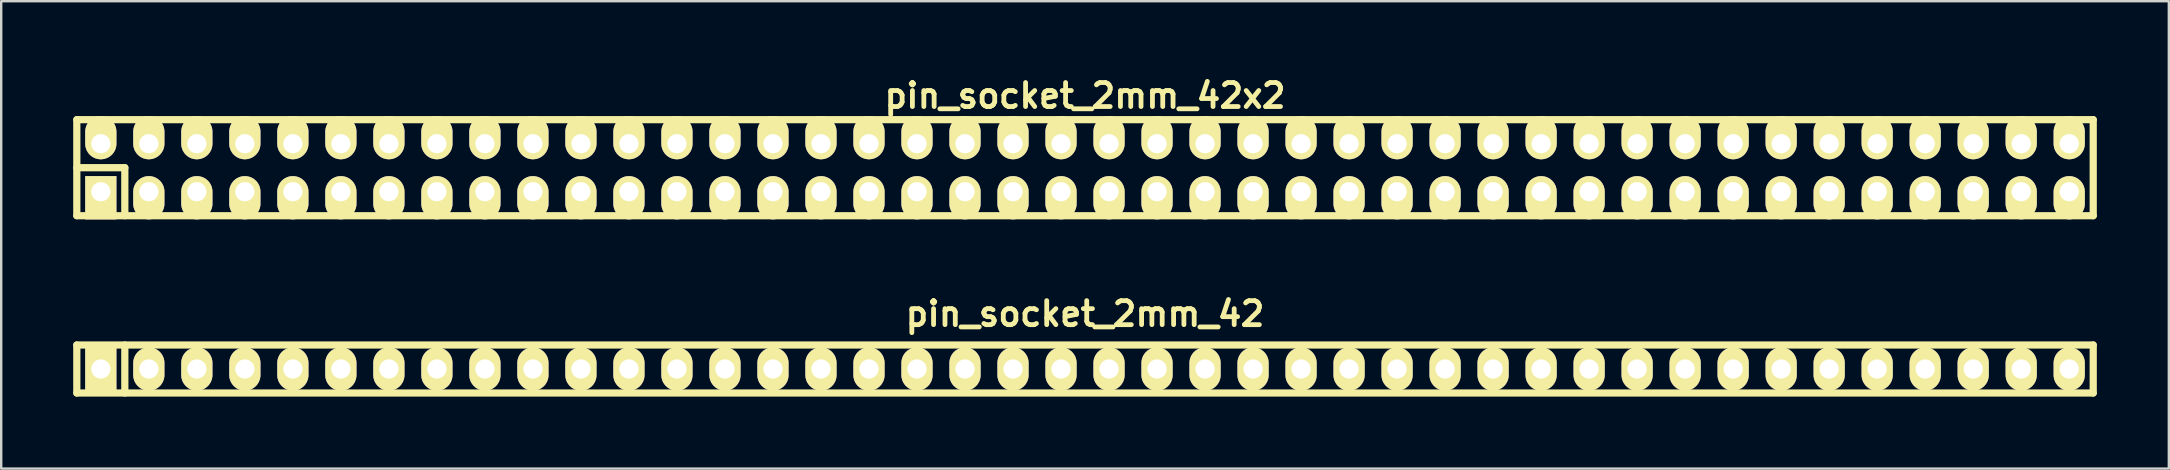
<source format=kicad_pcb>
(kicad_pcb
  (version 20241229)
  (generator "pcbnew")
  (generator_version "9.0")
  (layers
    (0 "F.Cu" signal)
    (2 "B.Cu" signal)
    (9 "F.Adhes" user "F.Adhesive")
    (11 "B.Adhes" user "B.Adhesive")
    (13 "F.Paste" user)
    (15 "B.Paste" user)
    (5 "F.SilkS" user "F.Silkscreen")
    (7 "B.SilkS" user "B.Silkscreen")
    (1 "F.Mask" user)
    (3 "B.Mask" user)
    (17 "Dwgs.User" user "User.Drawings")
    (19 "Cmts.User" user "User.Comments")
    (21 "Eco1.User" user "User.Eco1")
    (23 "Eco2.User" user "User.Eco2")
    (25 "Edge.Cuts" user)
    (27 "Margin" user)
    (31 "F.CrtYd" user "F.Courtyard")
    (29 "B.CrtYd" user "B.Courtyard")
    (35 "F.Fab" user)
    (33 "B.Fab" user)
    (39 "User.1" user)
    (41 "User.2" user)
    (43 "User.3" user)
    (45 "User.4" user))
  (footprint "pin_socket_2mm_42"
    (layer "F.Cu")
    (at 42.15 12.322)
    (property "Reference" "pin_socket_2mm_42" (at 0 -2.3 0) (layer "F.SilkS") (effects (font (size 1 1) (thickness 0.2))))
    (attr through_hole)
    (fp_line (start -42 -1) (end 42 -1) (stroke (width 0.3) (type solid)) (layer "F.SilkS"))
    (fp_line (start -42 1) (end -42 -1) (stroke (width 0.3) (type solid)) (layer "F.SilkS"))
    (fp_line (start -40 -1) (end -40 1) (stroke (width 0.3) (type solid)) (layer "F.SilkS"))
    (fp_line (start 42 -1) (end 42 1) (stroke (width 0.3) (type solid)) (layer "F.SilkS"))
    (fp_line (start 42 1) (end -42 1) (stroke (width 0.3) (type solid)) (layer "F.SilkS"))
    (pad "1" thru_hole rect (at -41 0) (size 1.3 1.8) (drill 0.8) (layers "*.Cu" "*.Mask" "F.SilkS"))
    (pad "2" thru_hole oval (at -39 0) (size 1.3 1.8) (drill 0.8) (layers "*.Cu" "*.Mask" "F.SilkS"))
    (pad "3" thru_hole oval (at -37 0) (size 1.3 1.8) (drill 0.8) (layers "*.Cu" "*.Mask" "F.SilkS"))
    (pad "4" thru_hole oval (at -35 0) (size 1.3 1.8) (drill 0.8) (layers "*.Cu" "*.Mask" "F.SilkS"))
    (pad "5" thru_hole oval (at -33 0) (size 1.3 1.8) (drill 0.8) (layers "*.Cu" "*.Mask" "F.SilkS"))
    (pad "6" thru_hole oval (at -31 0) (size 1.3 1.8) (drill 0.8) (layers "*.Cu" "*.Mask" "F.SilkS"))
    (pad "7" thru_hole oval (at -29 0) (size 1.3 1.8) (drill 0.8) (layers "*.Cu" "*.Mask" "F.SilkS"))
    (pad "8" thru_hole oval (at -27 0) (size 1.3 1.8) (drill 0.8) (layers "*.Cu" "*.Mask" "F.SilkS"))
    (pad "9" thru_hole oval (at -25 0) (size 1.3 1.8) (drill 0.8) (layers "*.Cu" "*.Mask" "F.SilkS"))
    (pad "10" thru_hole oval (at -23 0) (size 1.3 1.8) (drill 0.8) (layers "*.Cu" "*.Mask" "F.SilkS"))
    (pad "11" thru_hole oval (at -21 0) (size 1.3 1.8) (drill 0.8) (layers "*.Cu" "*.Mask" "F.SilkS"))
    (pad "12" thru_hole oval (at -19 0) (size 1.3 1.8) (drill 0.8) (layers "*.Cu" "*.Mask" "F.SilkS"))
    (pad "13" thru_hole oval (at -17 0) (size 1.3 1.8) (drill 0.8) (layers "*.Cu" "*.Mask" "F.SilkS"))
    (pad "14" thru_hole oval (at -15 0) (size 1.3 1.8) (drill 0.8) (layers "*.Cu" "*.Mask" "F.SilkS"))
    (pad "15" thru_hole oval (at -13 0) (size 1.3 1.8) (drill 0.8) (layers "*.Cu" "*.Mask" "F.SilkS"))
    (pad "16" thru_hole oval (at -11 0) (size 1.3 1.8) (drill 0.8) (layers "*.Cu" "*.Mask" "F.SilkS"))
    (pad "17" thru_hole oval (at -9 0) (size 1.3 1.8) (drill 0.8) (layers "*.Cu" "*.Mask" "F.SilkS"))
    (pad "18" thru_hole oval (at -7 0) (size 1.3 1.8) (drill 0.8) (layers "*.Cu" "*.Mask" "F.SilkS"))
    (pad "19" thru_hole oval (at -5 0) (size 1.3 1.8) (drill 0.8) (layers "*.Cu" "*.Mask" "F.SilkS"))
    (pad "20" thru_hole oval (at -3 0) (size 1.3 1.8) (drill 0.8) (layers "*.Cu" "*.Mask" "F.SilkS"))
    (pad "21" thru_hole oval (at -1 0) (size 1.3 1.8) (drill 0.8) (layers "*.Cu" "*.Mask" "F.SilkS"))
    (pad "22" thru_hole oval (at 1 0) (size 1.3 1.8) (drill 0.8) (layers "*.Cu" "*.Mask" "F.SilkS"))
    (pad "23" thru_hole oval (at 3 0) (size 1.3 1.8) (drill 0.8) (layers "*.Cu" "*.Mask" "F.SilkS"))
    (pad "24" thru_hole oval (at 5 0) (size 1.3 1.8) (drill 0.8) (layers "*.Cu" "*.Mask" "F.SilkS"))
    (pad "25" thru_hole oval (at 7 0) (size 1.3 1.8) (drill 0.8) (layers "*.Cu" "*.Mask" "F.SilkS"))
    (pad "26" thru_hole oval (at 9 0) (size 1.3 1.8) (drill 0.8) (layers "*.Cu" "*.Mask" "F.SilkS"))
    (pad "27" thru_hole oval (at 11 0) (size 1.3 1.8) (drill 0.8) (layers "*.Cu" "*.Mask" "F.SilkS"))
    (pad "28" thru_hole oval (at 13 0) (size 1.3 1.8) (drill 0.8) (layers "*.Cu" "*.Mask" "F.SilkS"))
    (pad "29" thru_hole oval (at 15 0) (size 1.3 1.8) (drill 0.8) (layers "*.Cu" "*.Mask" "F.SilkS"))
    (pad "30" thru_hole oval (at 17 0) (size 1.3 1.8) (drill 0.8) (layers "*.Cu" "*.Mask" "F.SilkS"))
    (pad "31" thru_hole oval (at 19 0) (size 1.3 1.8) (drill 0.8) (layers "*.Cu" "*.Mask" "F.SilkS"))
    (pad "32" thru_hole oval (at 21 0) (size 1.3 1.8) (drill 0.8) (layers "*.Cu" "*.Mask" "F.SilkS"))
    (pad "33" thru_hole oval (at 23 0) (size 1.3 1.8) (drill 0.8) (layers "*.Cu" "*.Mask" "F.SilkS"))
    (pad "34" thru_hole oval (at 25 0) (size 1.3 1.8) (drill 0.8) (layers "*.Cu" "*.Mask" "F.SilkS"))
    (pad "35" thru_hole oval (at 27 0) (size 1.3 1.8) (drill 0.8) (layers "*.Cu" "*.Mask" "F.SilkS"))
    (pad "36" thru_hole oval (at 29 0) (size 1.3 1.8) (drill 0.8) (layers "*.Cu" "*.Mask" "F.SilkS"))
    (pad "37" thru_hole oval (at 31 0) (size 1.3 1.8) (drill 0.8) (layers "*.Cu" "*.Mask" "F.SilkS"))
    (pad "38" thru_hole oval (at 33 0) (size 1.3 1.8) (drill 0.8) (layers "*.Cu" "*.Mask" "F.SilkS"))
    (pad "39" thru_hole oval (at 35 0) (size 1.3 1.8) (drill 0.8) (layers "*.Cu" "*.Mask" "F.SilkS"))
    (pad "40" thru_hole oval (at 37 0) (size 1.3 1.8) (drill 0.8) (layers "*.Cu" "*.Mask" "F.SilkS"))
    (pad "41" thru_hole oval (at 39 0) (size 1.3 1.8) (drill 0.8) (layers "*.Cu" "*.Mask" "F.SilkS"))
    (pad "42" thru_hole oval (at 41 0) (size 1.3 1.8) (drill 0.8) (layers "*.Cu" "*.Mask" "F.SilkS")))
  (footprint "pin_socket_2mm_42x2"
    (layer "F.Cu")
    (at 42.15 3.936)
    (property "Reference" "pin_socket_2mm_42x2" (at 0 -3 0) (layer "F.SilkS") (effects (font (size 1 1) (thickness 0.2))))
    (attr through_hole)
    (fp_line (start -42 -2) (end 42 -2) (stroke (width 0.3) (type solid)) (layer "F.SilkS"))
    (fp_line (start -42 0) (end -40 0) (stroke (width 0.3) (type solid)) (layer "F.SilkS"))
    (fp_line (start -42 2) (end -42 -2) (stroke (width 0.3) (type solid)) (layer "F.SilkS"))
    (fp_line (start -40 0) (end -40 2) (stroke (width 0.3) (type solid)) (layer "F.SilkS"))
    (fp_line (start 42 -2) (end 42 2) (stroke (width 0.3) (type solid)) (layer "F.SilkS"))
    (fp_line (start 42 2) (end -42 2) (stroke (width 0.3) (type solid)) (layer "F.SilkS"))
    (pad "1" thru_hole rect (at -41 1) (size 1.3 1.8) (drill 0.8 (offset 0 0.25)) (layers "*.Cu" "*.Mask" "F.SilkS"))
    (pad "2" thru_hole oval (at -41 -1) (size 1.3 1.8) (drill 0.8 (offset 0 -0.25)) (layers "*.Cu" "*.Mask" "F.SilkS"))
    (pad "3" thru_hole oval (at -39 1) (size 1.3 1.8) (drill 0.8 (offset 0 0.25)) (layers "*.Cu" "*.Mask" "F.SilkS"))
    (pad "4" thru_hole oval (at -39 -1) (size 1.3 1.8) (drill 0.8 (offset 0 -0.25)) (layers "*.Cu" "*.Mask" "F.SilkS"))
    (pad "5" thru_hole oval (at -37 1) (size 1.3 1.8) (drill 0.8 (offset 0 0.25)) (layers "*.Cu" "*.Mask" "F.SilkS"))
    (pad "6" thru_hole oval (at -37 -1) (size 1.3 1.8) (drill 0.8 (offset 0 -0.25)) (layers "*.Cu" "*.Mask" "F.SilkS"))
    (pad "7" thru_hole oval (at -35 1) (size 1.3 1.8) (drill 0.8 (offset 0 0.25)) (layers "*.Cu" "*.Mask" "F.SilkS"))
    (pad "8" thru_hole oval (at -35 -1) (size 1.3 1.8) (drill 0.8 (offset 0 -0.25)) (layers "*.Cu" "*.Mask" "F.SilkS"))
    (pad "9" thru_hole oval (at -33 1) (size 1.3 1.8) (drill 0.8 (offset 0 0.25)) (layers "*.Cu" "*.Mask" "F.SilkS"))
    (pad "10" thru_hole oval (at -33 -1) (size 1.3 1.8) (drill 0.8 (offset 0 -0.25)) (layers "*.Cu" "*.Mask" "F.SilkS"))
    (pad "11" thru_hole oval (at -31 1) (size 1.3 1.8) (drill 0.8 (offset 0 0.25)) (layers "*.Cu" "*.Mask" "F.SilkS"))
    (pad "12" thru_hole oval (at -31 -1) (size 1.3 1.8) (drill 0.8 (offset 0 -0.25)) (layers "*.Cu" "*.Mask" "F.SilkS"))
    (pad "13" thru_hole oval (at -29 1) (size 1.3 1.8) (drill 0.8 (offset 0 0.25)) (layers "*.Cu" "*.Mask" "F.SilkS"))
    (pad "14" thru_hole oval (at -29 -1) (size 1.3 1.8) (drill 0.8 (offset 0 -0.25)) (layers "*.Cu" "*.Mask" "F.SilkS"))
    (pad "15" thru_hole oval (at -27 1) (size 1.3 1.8) (drill 0.8 (offset 0 0.25)) (layers "*.Cu" "*.Mask" "F.SilkS"))
    (pad "16" thru_hole oval (at -27 -1) (size 1.3 1.8) (drill 0.8 (offset 0 -0.25)) (layers "*.Cu" "*.Mask" "F.SilkS"))
    (pad "17" thru_hole oval (at -25 1) (size 1.3 1.8) (drill 0.8 (offset 0 0.25)) (layers "*.Cu" "*.Mask" "F.SilkS"))
    (pad "18" thru_hole oval (at -25 -1) (size 1.3 1.8) (drill 0.8 (offset 0 -0.25)) (layers "*.Cu" "*.Mask" "F.SilkS"))
    (pad "19" thru_hole oval (at -23 1) (size 1.3 1.8) (drill 0.8 (offset 0 0.25)) (layers "*.Cu" "*.Mask" "F.SilkS"))
    (pad "20" thru_hole oval (at -23 -1) (size 1.3 1.8) (drill 0.8 (offset 0 -0.25)) (layers "*.Cu" "*.Mask" "F.SilkS"))
    (pad "21" thru_hole oval (at -21 1) (size 1.3 1.8) (drill 0.8 (offset 0 0.25)) (layers "*.Cu" "*.Mask" "F.SilkS"))
    (pad "22" thru_hole oval (at -21 -1) (size 1.3 1.8) (drill 0.8 (offset 0 -0.25)) (layers "*.Cu" "*.Mask" "F.SilkS"))
    (pad "23" thru_hole oval (at -19 1) (size 1.3 1.8) (drill 0.8 (offset 0 0.25)) (layers "*.Cu" "*.Mask" "F.SilkS"))
    (pad "24" thru_hole oval (at -19 -1) (size 1.3 1.8) (drill 0.8 (offset 0 -0.25)) (layers "*.Cu" "*.Mask" "F.SilkS"))
    (pad "25" thru_hole oval (at -17 1) (size 1.3 1.8) (drill 0.8 (offset 0 0.25)) (layers "*.Cu" "*.Mask" "F.SilkS"))
    (pad "26" thru_hole oval (at -17 -1) (size 1.3 1.8) (drill 0.8 (offset 0 -0.25)) (layers "*.Cu" "*.Mask" "F.SilkS"))
    (pad "27" thru_hole oval (at -15 1) (size 1.3 1.8) (drill 0.8 (offset 0 0.25)) (layers "*.Cu" "*.Mask" "F.SilkS"))
    (pad "28" thru_hole oval (at -15 -1) (size 1.3 1.8) (drill 0.8 (offset 0 -0.25)) (layers "*.Cu" "*.Mask" "F.SilkS"))
    (pad "29" thru_hole oval (at -13 1) (size 1.3 1.8) (drill 0.8 (offset 0 0.25)) (layers "*.Cu" "*.Mask" "F.SilkS"))
    (pad "30" thru_hole oval (at -13 -1) (size 1.3 1.8) (drill 0.8 (offset 0 -0.25)) (layers "*.Cu" "*.Mask" "F.SilkS"))
    (pad "31" thru_hole oval (at -11 1) (size 1.3 1.8) (drill 0.8 (offset 0 0.25)) (layers "*.Cu" "*.Mask" "F.SilkS"))
    (pad "32" thru_hole oval (at -11 -1) (size 1.3 1.8) (drill 0.8 (offset 0 -0.25)) (layers "*.Cu" "*.Mask" "F.SilkS"))
    (pad "33" thru_hole oval (at -9 1) (size 1.3 1.8) (drill 0.8 (offset 0 0.25)) (layers "*.Cu" "*.Mask" "F.SilkS"))
    (pad "34" thru_hole oval (at -9 -1) (size 1.3 1.8) (drill 0.8 (offset 0 -0.25)) (layers "*.Cu" "*.Mask" "F.SilkS"))
    (pad "35" thru_hole oval (at -7 1) (size 1.3 1.8) (drill 0.8 (offset 0 0.25)) (layers "*.Cu" "*.Mask" "F.SilkS"))
    (pad "36" thru_hole oval (at -7 -1) (size 1.3 1.8) (drill 0.8 (offset 0 -0.25)) (layers "*.Cu" "*.Mask" "F.SilkS"))
    (pad "37" thru_hole oval (at -5 1) (size 1.3 1.8) (drill 0.8 (offset 0 0.25)) (layers "*.Cu" "*.Mask" "F.SilkS"))
    (pad "38" thru_hole oval (at -5 -1) (size 1.3 1.8) (drill 0.8 (offset 0 -0.25)) (layers "*.Cu" "*.Mask" "F.SilkS"))
    (pad "39" thru_hole oval (at -3 1) (size 1.3 1.8) (drill 0.8 (offset 0 0.25)) (layers "*.Cu" "*.Mask" "F.SilkS"))
    (pad "40" thru_hole oval (at -3 -1) (size 1.3 1.8) (drill 0.8 (offset 0 -0.25)) (layers "*.Cu" "*.Mask" "F.SilkS"))
    (pad "41" thru_hole oval (at -1 1) (size 1.3 1.8) (drill 0.8 (offset 0 0.25)) (layers "*.Cu" "*.Mask" "F.SilkS"))
    (pad "42" thru_hole oval (at -1 -1) (size 1.3 1.8) (drill 0.8 (offset 0 -0.25)) (layers "*.Cu" "*.Mask" "F.SilkS"))
    (pad "43" thru_hole oval (at 1 1) (size 1.3 1.8) (drill 0.8 (offset 0 0.25)) (layers "*.Cu" "*.Mask" "F.SilkS"))
    (pad "44" thru_hole oval (at 1 -1) (size 1.3 1.8) (drill 0.8 (offset 0 -0.25)) (layers "*.Cu" "*.Mask" "F.SilkS"))
    (pad "45" thru_hole oval (at 3 1) (size 1.3 1.8) (drill 0.8 (offset 0 0.25)) (layers "*.Cu" "*.Mask" "F.SilkS"))
    (pad "46" thru_hole oval (at 3 -1) (size 1.3 1.8) (drill 0.8 (offset 0 -0.25)) (layers "*.Cu" "*.Mask" "F.SilkS"))
    (pad "47" thru_hole oval (at 5 1) (size 1.3 1.8) (drill 0.8 (offset 0 0.25)) (layers "*.Cu" "*.Mask" "F.SilkS"))
    (pad "48" thru_hole oval (at 5 -1) (size 1.3 1.8) (drill 0.8 (offset 0 -0.25)) (layers "*.Cu" "*.Mask" "F.SilkS"))
    (pad "49" thru_hole oval (at 7 1) (size 1.3 1.8) (drill 0.8 (offset 0 0.25)) (layers "*.Cu" "*.Mask" "F.SilkS"))
    (pad "50" thru_hole oval (at 7 -1) (size 1.3 1.8) (drill 0.8 (offset 0 -0.25)) (layers "*.Cu" "*.Mask" "F.SilkS"))
    (pad "51" thru_hole oval (at 9 1) (size 1.3 1.8) (drill 0.8 (offset 0 0.25)) (layers "*.Cu" "*.Mask" "F.SilkS"))
    (pad "52" thru_hole oval (at 9 -1) (size 1.3 1.8) (drill 0.8 (offset 0 -0.25)) (layers "*.Cu" "*.Mask" "F.SilkS"))
    (pad "53" thru_hole oval (at 11 1) (size 1.3 1.8) (drill 0.8 (offset 0 0.25)) (layers "*.Cu" "*.Mask" "F.SilkS"))
    (pad "54" thru_hole oval (at 11 -1) (size 1.3 1.8) (drill 0.8 (offset 0 -0.25)) (layers "*.Cu" "*.Mask" "F.SilkS"))
    (pad "55" thru_hole oval (at 13 1) (size 1.3 1.8) (drill 0.8 (offset 0 0.25)) (layers "*.Cu" "*.Mask" "F.SilkS"))
    (pad "56" thru_hole oval (at 13 -1) (size 1.3 1.8) (drill 0.8 (offset 0 -0.25)) (layers "*.Cu" "*.Mask" "F.SilkS"))
    (pad "57" thru_hole oval (at 15 1) (size 1.3 1.8) (drill 0.8 (offset 0 0.25)) (layers "*.Cu" "*.Mask" "F.SilkS"))
    (pad "58" thru_hole oval (at 15 -1) (size 1.3 1.8) (drill 0.8 (offset 0 -0.25)) (layers "*.Cu" "*.Mask" "F.SilkS"))
    (pad "59" thru_hole oval (at 17 1) (size 1.3 1.8) (drill 0.8 (offset 0 0.25)) (layers "*.Cu" "*.Mask" "F.SilkS"))
    (pad "60" thru_hole oval (at 17 -1) (size 1.3 1.8) (drill 0.8 (offset 0 -0.25)) (layers "*.Cu" "*.Mask" "F.SilkS"))
    (pad "61" thru_hole oval (at 19 1) (size 1.3 1.8) (drill 0.8 (offset 0 0.25)) (layers "*.Cu" "*.Mask" "F.SilkS"))
    (pad "62" thru_hole oval (at 19 -1) (size 1.3 1.8) (drill 0.8 (offset 0 -0.25)) (layers "*.Cu" "*.Mask" "F.SilkS"))
    (pad "63" thru_hole oval (at 21 1) (size 1.3 1.8) (drill 0.8 (offset 0 0.25)) (layers "*.Cu" "*.Mask" "F.SilkS"))
    (pad "64" thru_hole oval (at 21 -1) (size 1.3 1.8) (drill 0.8 (offset 0 -0.25)) (layers "*.Cu" "*.Mask" "F.SilkS"))
    (pad "65" thru_hole oval (at 23 1) (size 1.3 1.8) (drill 0.8 (offset 0 0.25)) (layers "*.Cu" "*.Mask" "F.SilkS"))
    (pad "66" thru_hole oval (at 23 -1) (size 1.3 1.8) (drill 0.8 (offset 0 -0.25)) (layers "*.Cu" "*.Mask" "F.SilkS"))
    (pad "67" thru_hole oval (at 25 1) (size 1.3 1.8) (drill 0.8 (offset 0 0.25)) (layers "*.Cu" "*.Mask" "F.SilkS"))
    (pad "68" thru_hole oval (at 25 -1) (size 1.3 1.8) (drill 0.8 (offset 0 -0.25)) (layers "*.Cu" "*.Mask" "F.SilkS"))
    (pad "69" thru_hole oval (at 27 1) (size 1.3 1.8) (drill 0.8 (offset 0 0.25)) (layers "*.Cu" "*.Mask" "F.SilkS"))
    (pad "70" thru_hole oval (at 27 -1) (size 1.3 1.8) (drill 0.8 (offset 0 -0.25)) (layers "*.Cu" "*.Mask" "F.SilkS"))
    (pad "71" thru_hole oval (at 29 1) (size 1.3 1.8) (drill 0.8 (offset 0 0.25)) (layers "*.Cu" "*.Mask" "F.SilkS"))
    (pad "72" thru_hole oval (at 29 -1) (size 1.3 1.8) (drill 0.8 (offset 0 -0.25)) (layers "*.Cu" "*.Mask" "F.SilkS"))
    (pad "73" thru_hole oval (at 31 1) (size 1.3 1.8) (drill 0.8 (offset 0 0.25)) (layers "*.Cu" "*.Mask" "F.SilkS"))
    (pad "74" thru_hole oval (at 31 -1) (size 1.3 1.8) (drill 0.8 (offset 0 -0.25)) (layers "*.Cu" "*.Mask" "F.SilkS"))
    (pad "75" thru_hole oval (at 33 1) (size 1.3 1.8) (drill 0.8 (offset 0 0.25)) (layers "*.Cu" "*.Mask" "F.SilkS"))
    (pad "76" thru_hole oval (at 33 -1) (size 1.3 1.8) (drill 0.8 (offset 0 -0.25)) (layers "*.Cu" "*.Mask" "F.SilkS"))
    (pad "77" thru_hole oval (at 35 1) (size 1.3 1.8) (drill 0.8 (offset 0 0.25)) (layers "*.Cu" "*.Mask" "F.SilkS"))
    (pad "78" thru_hole oval (at 35 -1) (size 1.3 1.8) (drill 0.8 (offset 0 -0.25)) (layers "*.Cu" "*.Mask" "F.SilkS"))
    (pad "79" thru_hole oval (at 37 1) (size 1.3 1.8) (drill 0.8 (offset 0 0.25)) (layers "*.Cu" "*.Mask" "F.SilkS"))
    (pad "80" thru_hole oval (at 37 -1) (size 1.3 1.8) (drill 0.8 (offset 0 -0.25)) (layers "*.Cu" "*.Mask" "F.SilkS"))
    (pad "81" thru_hole oval (at 39 1) (size 1.3 1.8) (drill 0.8 (offset 0 0.25)) (layers "*.Cu" "*.Mask" "F.SilkS"))
    (pad "82" thru_hole oval (at 39 -1) (size 1.3 1.8) (drill 0.8 (offset 0 -0.25)) (layers "*.Cu" "*.Mask" "F.SilkS"))
    (pad "83" thru_hole oval (at 41 1) (size 1.3 1.8) (drill 0.8 (offset 0 0.25)) (layers "*.Cu" "*.Mask" "F.SilkS"))
    (pad "84" thru_hole oval (at 41 -1) (size 1.3 1.8) (drill 0.8 (offset 0 -0.25)) (layers "*.Cu" "*.Mask" "F.SilkS")))
  (gr_rect
    (start -3 -3)
    (end 87.3 16.472)
    (stroke (width 0.1) (type default))
    (fill no)
    (layer "Edge.Cuts")))
</source>
